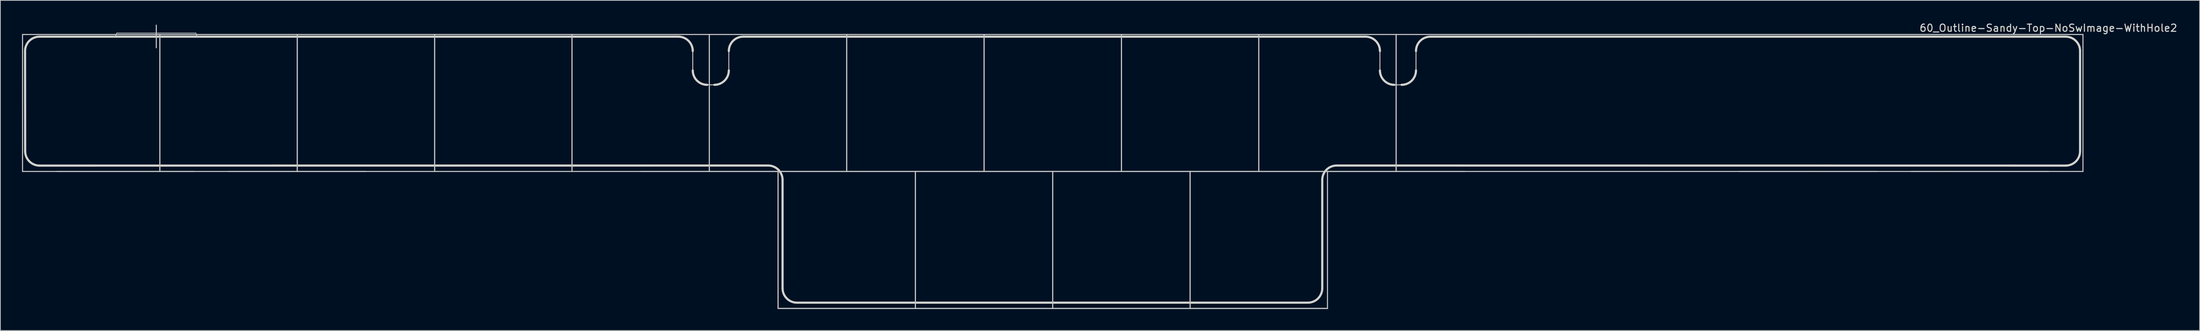
<source format=kicad_pcb>
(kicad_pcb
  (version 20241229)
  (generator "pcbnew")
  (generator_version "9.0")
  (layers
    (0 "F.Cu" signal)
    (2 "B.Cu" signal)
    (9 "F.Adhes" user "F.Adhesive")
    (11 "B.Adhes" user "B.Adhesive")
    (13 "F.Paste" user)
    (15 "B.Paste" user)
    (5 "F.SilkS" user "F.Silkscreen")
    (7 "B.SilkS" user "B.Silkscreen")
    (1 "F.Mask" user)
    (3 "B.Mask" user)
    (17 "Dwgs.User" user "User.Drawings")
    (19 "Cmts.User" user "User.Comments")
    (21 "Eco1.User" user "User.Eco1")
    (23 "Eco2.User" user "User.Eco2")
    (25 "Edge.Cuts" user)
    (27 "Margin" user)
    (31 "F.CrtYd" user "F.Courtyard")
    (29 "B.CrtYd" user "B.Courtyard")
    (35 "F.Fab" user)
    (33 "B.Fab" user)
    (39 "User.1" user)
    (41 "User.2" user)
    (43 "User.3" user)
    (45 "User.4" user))
  (footprint "60_Outline-Sandy-Top-NoSwImage-WithHole2"
    (layer "F.Cu")
    (at 142.95 20.798)
    (property "Reference" "60_Outline-Sandy-Top-NoSwImage-WithHole2" (at 138.075 -19.95 0) (layer "Edge.Cuts") (effects (font (size 1 1) (thickness 0.15))))
    (attr through_hole)
    (fp_line (start -142.875 -19.05) (end -123.825 -19.05) (stroke (width 0.15) (type solid)) (layer "Dwgs.User"))
    (fp_line (start -142.875 0) (end -142.875 -19.05) (stroke (width 0.15) (type solid)) (layer "Dwgs.User"))
    (fp_line (start -138.113 0) (end -119.062 0) (stroke (width 0.15) (type solid)) (layer "Dwgs.User"))
    (fp_line (start -129.825 -19.25) (end -118.825 -19.25) (stroke (width 0.1) (type solid)) (layer "Dwgs.User"))
    (fp_line (start -124.325 -20.35) (end -124.325 -17.2) (stroke (width 0.15) (type solid)) (layer "Dwgs.User"))
    (fp_line (start -123.825 -19.05) (end -123.825 0) (stroke (width 0.15) (type solid)) (layer "Dwgs.User"))
    (fp_line (start -123.825 -19.05) (end -104.775 -19.05) (stroke (width 0.15) (type solid)) (layer "Dwgs.User"))
    (fp_line (start -123.825 0) (end -142.875 0) (stroke (width 0.15) (type solid)) (layer "Dwgs.User"))
    (fp_line (start -123.825 0) (end -123.825 -19.05) (stroke (width 0.15) (type solid)) (layer "Dwgs.User"))
    (fp_line (start -114.3 0) (end -95.25 0) (stroke (width 0.15) (type solid)) (layer "Dwgs.User"))
    (fp_line (start -104.775 -19.05) (end -104.775 0) (stroke (width 0.15) (type solid)) (layer "Dwgs.User"))
    (fp_line (start -104.775 -19.05) (end -85.725 -19.05) (stroke (width 0.15) (type solid)) (layer "Dwgs.User"))
    (fp_line (start -104.775 0) (end -123.825 0) (stroke (width 0.15) (type solid)) (layer "Dwgs.User"))
    (fp_line (start -104.775 0) (end -104.775 -19.05) (stroke (width 0.15) (type solid)) (layer "Dwgs.User"))
    (fp_line (start -85.725 -19.05) (end -85.725 0) (stroke (width 0.15) (type solid)) (layer "Dwgs.User"))
    (fp_line (start -85.725 -19.05) (end -66.675 -19.05) (stroke (width 0.15) (type solid)) (layer "Dwgs.User"))
    (fp_line (start -85.725 0) (end -104.775 0) (stroke (width 0.15) (type solid)) (layer "Dwgs.User"))
    (fp_line (start -85.725 0) (end -85.725 -19.05) (stroke (width 0.15) (type solid)) (layer "Dwgs.User"))
    (fp_line (start -66.675 -19.05) (end -66.675 0) (stroke (width 0.15) (type solid)) (layer "Dwgs.User"))
    (fp_line (start -66.675 -19.05) (end -47.625 -19.05) (stroke (width 0.15) (type solid)) (layer "Dwgs.User"))
    (fp_line (start -66.675 0) (end -85.725 0) (stroke (width 0.15) (type solid)) (layer "Dwgs.User"))
    (fp_line (start -66.675 0) (end -66.675 -19.05) (stroke (width 0.15) (type solid)) (layer "Dwgs.User"))
    (fp_line (start -57.15 0) (end -38.1 0) (stroke (width 0.15) (type solid)) (layer "Dwgs.User"))
    (fp_line (start -47.625 -19.05) (end -47.625 0) (stroke (width 0.15) (type solid)) (layer "Dwgs.User"))
    (fp_line (start -47.625 -19.05) (end -28.575 -19.05) (stroke (width 0.15) (type solid)) (layer "Dwgs.User"))
    (fp_line (start -47.625 0) (end -66.675 0) (stroke (width 0.15) (type solid)) (layer "Dwgs.User"))
    (fp_line (start -47.625 0) (end -47.625 -19.05) (stroke (width 0.15) (type solid)) (layer "Dwgs.User"))
    (fp_line (start -38.1 0) (end -38.1 19.05) (stroke (width 0.15) (type solid)) (layer "Dwgs.User"))
    (fp_line (start -38.1 0) (end -19.05 0) (stroke (width 0.15) (type solid)) (layer "Dwgs.User"))
    (fp_line (start -38.1 19.05) (end -38.1 0) (stroke (width 0.15) (type solid)) (layer "Dwgs.User"))
    (fp_line (start -38.1 19.05) (end -19.05 19.05) (stroke (width 0.15) (type solid)) (layer "Dwgs.User"))
    (fp_line (start -28.575 -19.05) (end -28.575 0) (stroke (width 0.15) (type solid)) (layer "Dwgs.User"))
    (fp_line (start -28.575 -19.05) (end -9.525 -19.05) (stroke (width 0.15) (type solid)) (layer "Dwgs.User"))
    (fp_line (start -28.575 0) (end -47.625 0) (stroke (width 0.15) (type solid)) (layer "Dwgs.User"))
    (fp_line (start -28.575 0) (end -28.575 -19.05) (stroke (width 0.15) (type solid)) (layer "Dwgs.User"))
    (fp_line (start -19.05 0) (end -19.05 19.05) (stroke (width 0.15) (type solid)) (layer "Dwgs.User"))
    (fp_line (start -19.05 0) (end 0 0) (stroke (width 0.15) (type solid)) (layer "Dwgs.User"))
    (fp_line (start -19.05 19.05) (end -38.1 19.05) (stroke (width 0.15) (type solid)) (layer "Dwgs.User"))
    (fp_line (start -19.05 19.05) (end -19.05 0) (stroke (width 0.15) (type solid)) (layer "Dwgs.User"))
    (fp_line (start -19.05 19.05) (end 0 19.05) (stroke (width 0.15) (type solid)) (layer "Dwgs.User"))
    (fp_line (start -9.525 -19.05) (end -9.525 0) (stroke (width 0.15) (type solid)) (layer "Dwgs.User"))
    (fp_line (start -9.525 -19.05) (end 9.525 -19.05) (stroke (width 0.15) (type solid)) (layer "Dwgs.User"))
    (fp_line (start -9.525 0) (end -28.575 0) (stroke (width 0.15) (type solid)) (layer "Dwgs.User"))
    (fp_line (start -9.525 0) (end -9.525 -19.05) (stroke (width 0.15) (type solid)) (layer "Dwgs.User"))
    (fp_line (start 0 0) (end 0 19.05) (stroke (width 0.15) (type solid)) (layer "Dwgs.User"))
    (fp_line (start 0 0) (end 19.05 0) (stroke (width 0.15) (type solid)) (layer "Dwgs.User"))
    (fp_line (start 0 19.05) (end -19.05 19.05) (stroke (width 0.15) (type solid)) (layer "Dwgs.User"))
    (fp_line (start 0 19.05) (end 0 0) (stroke (width 0.15) (type solid)) (layer "Dwgs.User"))
    (fp_line (start 0 19.05) (end 19.05 19.05) (stroke (width 0.15) (type solid)) (layer "Dwgs.User"))
    (fp_line (start 9.525 -19.05) (end 9.525 0) (stroke (width 0.15) (type solid)) (layer "Dwgs.User"))
    (fp_line (start 9.525 -19.05) (end 28.575 -19.05) (stroke (width 0.15) (type solid)) (layer "Dwgs.User"))
    (fp_line (start 9.525 0) (end -9.525 0) (stroke (width 0.15) (type solid)) (layer "Dwgs.User"))
    (fp_line (start 9.525 0) (end 9.525 -19.05) (stroke (width 0.15) (type solid)) (layer "Dwgs.User"))
    (fp_line (start 19.05 0) (end 19.05 19.05) (stroke (width 0.15) (type solid)) (layer "Dwgs.User"))
    (fp_line (start 19.05 0) (end 38.1 0) (stroke (width 0.15) (type solid)) (layer "Dwgs.User"))
    (fp_line (start 19.05 19.05) (end 0 19.05) (stroke (width 0.15) (type solid)) (layer "Dwgs.User"))
    (fp_line (start 19.05 19.05) (end 19.05 0) (stroke (width 0.15) (type solid)) (layer "Dwgs.User"))
    (fp_line (start 19.05 19.05) (end 38.1 19.05) (stroke (width 0.15) (type solid)) (layer "Dwgs.User"))
    (fp_line (start 28.575 -19.05) (end 28.575 0) (stroke (width 0.15) (type solid)) (layer "Dwgs.User"))
    (fp_line (start 28.575 -19.05) (end 47.625 -19.05) (stroke (width 0.15) (type solid)) (layer "Dwgs.User"))
    (fp_line (start 28.575 0) (end 9.525 0) (stroke (width 0.15) (type solid)) (layer "Dwgs.User"))
    (fp_line (start 28.575 0) (end 28.575 -19.05) (stroke (width 0.15) (type solid)) (layer "Dwgs.User"))
    (fp_line (start 38.1 0) (end 38.1 19.05) (stroke (width 0.15) (type solid)) (layer "Dwgs.User"))
    (fp_line (start 38.1 0) (end 57.15 0) (stroke (width 0.15) (type solid)) (layer "Dwgs.User"))
    (fp_line (start 38.1 19.05) (end 19.05 19.05) (stroke (width 0.15) (type solid)) (layer "Dwgs.User"))
    (fp_line (start 47.625 -19.05) (end 47.625 0) (stroke (width 0.15) (type solid)) (layer "Dwgs.User"))
    (fp_line (start 47.625 -19.05) (end 66.675 -19.05) (stroke (width 0.15) (type solid)) (layer "Dwgs.User"))
    (fp_line (start 47.625 0) (end 28.575 0) (stroke (width 0.15) (type solid)) (layer "Dwgs.User"))
    (fp_line (start 47.625 0) (end 47.625 -19.05) (stroke (width 0.15) (type solid)) (layer "Dwgs.User"))
    (fp_line (start 66.675 -19.05) (end 85.725 -19.05) (stroke (width 0.15) (type solid)) (layer "Dwgs.User"))
    (fp_line (start 66.675 0) (end 47.625 0) (stroke (width 0.15) (type solid)) (layer "Dwgs.User"))
    (fp_line (start 85.725 -19.05) (end 104.775 -19.05) (stroke (width 0.15) (type solid)) (layer "Dwgs.User"))
    (fp_line (start 85.725 0) (end 66.675 0) (stroke (width 0.15) (type solid)) (layer "Dwgs.User"))
    (fp_line (start 95.25 0) (end 114.3 0) (stroke (width 0.15) (type solid)) (layer "Dwgs.User"))
    (fp_line (start 104.775 -19.05) (end 123.825 -19.05) (stroke (width 0.15) (type solid)) (layer "Dwgs.User"))
    (fp_line (start 104.775 0) (end 85.725 0) (stroke (width 0.15) (type solid)) (layer "Dwgs.User"))
    (fp_line (start 119.062 0) (end 138.113 0) (stroke (width 0.15) (type solid)) (layer "Dwgs.User"))
    (fp_line (start 123.825 -19.05) (end 142.875 -19.05) (stroke (width 0.15) (type solid)) (layer "Dwgs.User"))
    (fp_line (start 123.825 0) (end 104.775 0) (stroke (width 0.15) (type solid)) (layer "Dwgs.User"))
    (fp_line (start 142.875 -19.05) (end 142.875 0) (stroke (width 0.15) (type solid)) (layer "Dwgs.User"))
    (fp_line (start 142.875 0) (end 123.825 0) (stroke (width 0.15) (type solid)) (layer "Dwgs.User"))
    (fp_arc (start -129.825 -19.25004) (mid -129.971447 -18.896487) (end -130.325 -18.75004) (stroke (width 0.1) (type solid)) (layer "Dwgs.User"))
    (fp_arc (start -118.325 -18.75004) (mid -118.678553 -18.896487) (end -118.825 -19.25004) (stroke (width 0.1) (type solid)) (layer "Dwgs.User"))
    (fp_circle (center -47.625 -14.5) (end -45.425 -14.5) (stroke (width 0.15) (type solid)) (fill no) (layer "Eco1.User"))
    (fp_circle (center 47.625 -14.5) (end 49.825 -14.5) (stroke (width 0.15) (type solid)) (fill no) (layer "Eco1.User"))
    (fp_line (start -142.511 -2.814) (end -142.525 -16.75) (stroke (width 0.3) (type solid)) (layer "Edge.Cuts"))
    (fp_line (start -140.511 -0.814) (end -39.475 -0.825) (stroke (width 0.3) (type solid)) (layer "Edge.Cuts"))
    (fp_line (start -51.925 -18.75) (end -140.525 -18.75) (stroke (width 0.3) (type solid)) (layer "Edge.Cuts"))
    (fp_line (start -49.925 -14.05) (end -49.925 -16.75) (stroke (width 0.12) (type solid)) (layer "Edge.Cuts"))
    (fp_line (start -47.925 -12.05) (end -46.925 -12.05) (stroke (width 0.12) (type solid)) (layer "Edge.Cuts"))
    (fp_line (start -44.925 -16.75) (end -44.925 -14.05) (stroke (width 0.12) (type solid)) (layer "Edge.Cuts"))
    (fp_line (start -37.471 16.25) (end -37.471 1.175) (stroke (width 0.3) (type solid)) (layer "Edge.Cuts"))
    (fp_line (start -35.471 18.25) (end 35.375 18.25) (stroke (width 0.3) (type solid)) (layer "Edge.Cuts"))
    (fp_line (start 37.375 16.25) (end 37.375 1.175) (stroke (width 0.3) (type solid)) (layer "Edge.Cuts"))
    (fp_line (start 39.375 -0.825) (end 140.475 -0.814) (stroke (width 0.3) (type solid)) (layer "Edge.Cuts"))
    (fp_line (start 43.375 -18.75) (end -42.925 -18.75) (stroke (width 0.3) (type solid)) (layer "Edge.Cuts"))
    (fp_line (start 45.375 -14.05) (end 45.375 -16.75) (stroke (width 0.12) (type solid)) (layer "Edge.Cuts"))
    (fp_line (start 47.375 -12.05) (end 48.375 -12.05) (stroke (width 0.12) (type solid)) (layer "Edge.Cuts"))
    (fp_line (start 50.375 -16.75) (end 50.375 -14.05) (stroke (width 0.12) (type solid)) (layer "Edge.Cuts"))
    (fp_line (start 140.475 -18.75) (end 52.375 -18.75) (stroke (width 0.3) (type solid)) (layer "Edge.Cuts"))
    (fp_line (start 142.475 -2.814) (end 142.475 -16.75) (stroke (width 0.3) (type solid)) (layer "Edge.Cuts"))
    (fp_arc (start -142.525 -16.75004) (mid -141.939214 -18.164254) (end -140.525 -18.75004) (stroke (width 0.3) (type solid)) (layer "Edge.Cuts"))
    (fp_arc (start -140.510786 -0.814254) (mid -141.925 -1.40004) (end -142.510786 -2.814254) (stroke (width 0.3) (type solid)) (layer "Edge.Cuts"))
    (fp_arc (start -51.925001 -18.750041) (mid -50.510787 -18.164255) (end -49.925001 -16.750041) (stroke (width 0.3) (type solid)) (layer "Edge.Cuts"))
    (fp_arc (start -47.925001 -12.05004) (mid -49.339214 -12.635827) (end -49.925001 -14.05004) (stroke (width 0.3) (type solid)) (layer "Edge.Cuts"))
    (fp_arc (start -44.925 -16.75004) (mid -44.339214 -18.164254) (end -42.925 -18.75004) (stroke (width 0.3) (type solid)) (layer "Edge.Cuts"))
    (fp_arc (start -44.925 -14.05004) (mid -45.510786 -12.635826) (end -46.925 -12.05004) (stroke (width 0.3) (type solid)) (layer "Edge.Cuts"))
    (fp_arc (start -39.470786 -0.82504) (mid -38.056572 -0.239254) (end -37.470786 1.17496) (stroke (width 0.3) (type solid)) (layer "Edge.Cuts"))
    (fp_arc (start -35.470786 18.24996) (mid -36.885 17.664174) (end -37.470786 16.24996) (stroke (width 0.3) (type solid)) (layer "Edge.Cuts"))
    (fp_arc (start 37.375 1.17496) (mid 37.960786 -0.239254) (end 39.375 -0.82504) (stroke (width 0.3) (type solid)) (layer "Edge.Cuts"))
    (fp_arc (start 37.375 16.24996) (mid 36.789214 17.664174) (end 35.375 18.24996) (stroke (width 0.3) (type solid)) (layer "Edge.Cuts"))
    (fp_arc (start 43.375 -18.75004) (mid 44.789214 -18.164254) (end 45.375 -16.75004) (stroke (width 0.3) (type solid)) (layer "Edge.Cuts"))
    (fp_arc (start 47.375 -12.05004) (mid 45.960786 -12.635826) (end 45.375 -14.05004) (stroke (width 0.3) (type solid)) (layer "Edge.Cuts"))
    (fp_arc (start 50.375001 -16.750039) (mid 50.960787 -18.164253) (end 52.375001 -18.750039) (stroke (width 0.3) (type solid)) (layer "Edge.Cuts"))
    (fp_arc (start 50.375001 -14.05004) (mid 49.789215 -12.635826) (end 48.375001 -12.05004) (stroke (width 0.3) (type solid)) (layer "Edge.Cuts"))
    (fp_arc (start 140.475 -18.75004) (mid 141.889214 -18.164254) (end 142.475 -16.75004) (stroke (width 0.3) (type solid)) (layer "Edge.Cuts"))
    (fp_arc (start 142.475 -2.814254) (mid 141.889183 -1.400096) (end 140.475 -0.814254) (stroke (width 0.3) (type solid)) (layer "Edge.Cuts")))
  (gr_rect
    (start -3 -3)
    (end 302.007 42.923)
    (stroke (width 0.1) (type default))
    (fill no)
    (layer "Edge.Cuts")))
</source>
